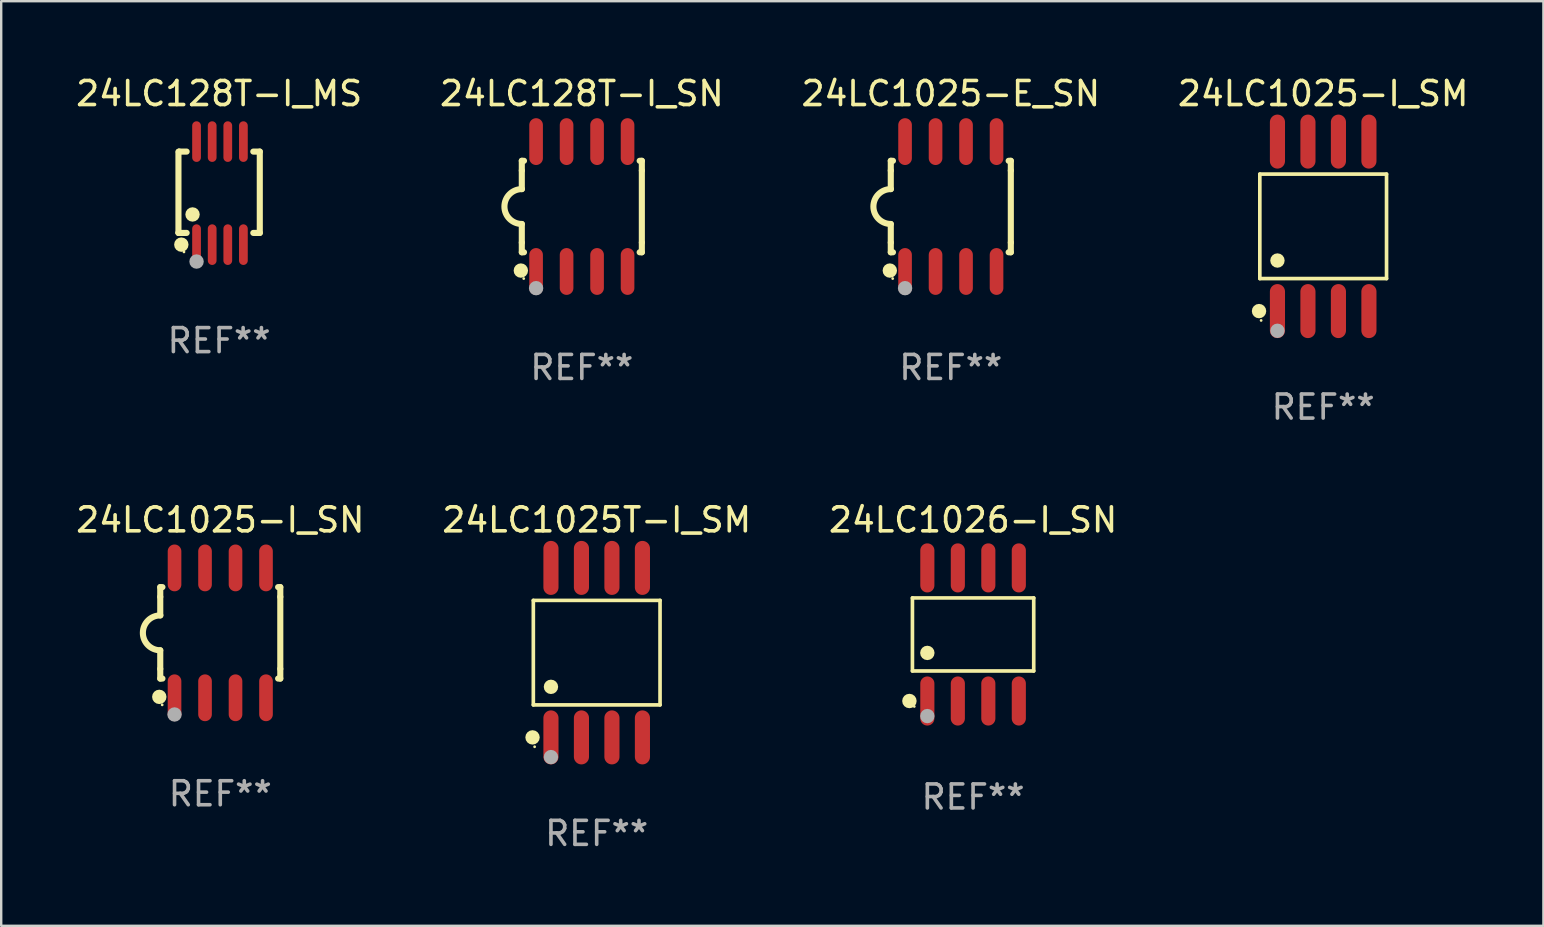
<source format=kicad_pcb>
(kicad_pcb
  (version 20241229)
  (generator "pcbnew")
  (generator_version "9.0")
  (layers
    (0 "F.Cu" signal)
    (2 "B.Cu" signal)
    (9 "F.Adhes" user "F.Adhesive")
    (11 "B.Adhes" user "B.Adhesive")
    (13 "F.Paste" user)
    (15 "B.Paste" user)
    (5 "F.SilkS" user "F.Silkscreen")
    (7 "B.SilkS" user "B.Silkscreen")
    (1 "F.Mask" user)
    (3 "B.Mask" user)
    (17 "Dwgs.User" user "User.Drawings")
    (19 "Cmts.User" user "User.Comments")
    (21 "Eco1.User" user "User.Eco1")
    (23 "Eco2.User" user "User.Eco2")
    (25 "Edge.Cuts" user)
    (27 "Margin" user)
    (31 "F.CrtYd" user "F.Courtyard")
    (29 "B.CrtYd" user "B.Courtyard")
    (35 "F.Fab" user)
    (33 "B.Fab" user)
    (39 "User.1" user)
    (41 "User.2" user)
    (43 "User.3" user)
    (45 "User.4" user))
  (footprint "24LC1025T-I_SM"
    (layer "F.Cu")
    (at 21.804 24.135)
    (property "Reference" "24LC1025T-I_SM" (at 0 -5.53 0) (layer "F.SilkS") (effects (font (size 1 1) (thickness 0.15))))
    (attr through_hole)
    (fp_line (start -2.639 -2.176) (end 2.639 -2.176) (stroke (width 0.152) (type solid)) (layer "F.SilkS"))
    (fp_line (start -2.639 2.176) (end -2.639 -2.176) (stroke (width 0.152) (type solid)) (layer "F.SilkS"))
    (fp_line (start 2.639 -2.176) (end 2.639 2.176) (stroke (width 0.152) (type solid)) (layer "F.SilkS"))
    (fp_line (start 2.639 2.176) (end -2.639 2.176) (stroke (width 0.152) (type solid)) (layer "F.SilkS"))
    (fp_circle (center -2.672 3.53) (end -2.522 3.53) (stroke (width 0.3) (type solid)) (fill no) (layer "F.SilkS"))
    (fp_circle (center -2.585 3.92) (end -2.555 3.92) (stroke (width 0.06) (type solid)) (fill no) (layer "F.SilkS"))
    (fp_circle (center -1.905 1.424) (end -1.755 1.424) (stroke (width 0.3) (type solid)) (fill no) (layer "F.SilkS"))
    (fp_circle (center -1.905 4.35) (end -1.755 4.35) (stroke (width 0.3) (type solid)) (fill no) (layer "F.Fab"))
    (fp_text user "REF**" (at 0 7.53 0) (layer "F.Fab") (effects (font (size 1 1) (thickness 0.15))))
    (pad "1" smd oval (at -1.905 3.53) (size 0.63 2.25) (layers "F.Cu" "F.Mask" "F.Paste"))
    (pad "2" smd oval (at -0.635 3.53) (size 0.63 2.25) (layers "F.Cu" "F.Mask" "F.Paste"))
    (pad "3" smd oval (at 0.635 3.53) (size 0.63 2.25) (layers "F.Cu" "F.Mask" "F.Paste"))
    (pad "4" smd oval (at 1.905 3.53) (size 0.63 2.25) (layers "F.Cu" "F.Mask" "F.Paste"))
    (pad "5" smd oval (at 1.905 -3.53) (size 0.63 2.25) (layers "F.Cu" "F.Mask" "F.Paste"))
    (pad "6" smd oval (at 0.635 -3.53) (size 0.63 2.25) (layers "F.Cu" "F.Mask" "F.Paste"))
    (pad "7" smd oval (at -0.635 -3.53) (size 0.63 2.25) (layers "F.Cu" "F.Mask" "F.Paste"))
    (pad "8" smd oval (at -1.905 -3.53) (size 0.63 2.25) (layers "F.Cu" "F.Mask" "F.Paste")))
  (footprint "24LC1026-I_SN"
    (layer "F.Cu")
    (at 37.482 23.377)
    (property "Reference" "24LC1026-I_SN" (at 0 -4.772 0) (layer "F.SilkS") (effects (font (size 1 1) (thickness 0.15))))
    (attr through_hole)
    (fp_line (start -2.526 -1.521) (end 2.526 -1.521) (stroke (width 0.152) (type solid)) (layer "F.SilkS"))
    (fp_line (start -2.526 1.521) (end -2.526 -1.521) (stroke (width 0.152) (type solid)) (layer "F.SilkS"))
    (fp_line (start 2.526 -1.521) (end 2.526 1.521) (stroke (width 0.152) (type solid)) (layer "F.SilkS"))
    (fp_line (start 2.526 1.521) (end -2.526 1.521) (stroke (width 0.152) (type solid)) (layer "F.SilkS"))
    (fp_circle (center -2.652 2.772) (end -2.501 2.772) (stroke (width 0.3) (type solid)) (fill no) (layer "F.SilkS"))
    (fp_circle (center -2.45 3) (end -2.42 3) (stroke (width 0.06) (type solid)) (fill no) (layer "F.SilkS"))
    (fp_circle (center -1.905 0.769) (end -1.755 0.769) (stroke (width 0.3) (type solid)) (fill no) (layer "F.SilkS"))
    (fp_circle (center -1.905 3.4) (end -1.755 3.4) (stroke (width 0.3) (type solid)) (fill no) (layer "F.Fab"))
    (fp_text user "REF**" (at 0 6.772 0) (layer "F.Fab") (effects (font (size 1 1) (thickness 0.15))))
    (pad "1" smd oval (at -1.905 2.772) (size 0.588 2.045) (layers "F.Cu" "F.Mask" "F.Paste"))
    (pad "2" smd oval (at -0.635 2.772) (size 0.588 2.045) (layers "F.Cu" "F.Mask" "F.Paste"))
    (pad "3" smd oval (at 0.635 2.772) (size 0.588 2.045) (layers "F.Cu" "F.Mask" "F.Paste"))
    (pad "4" smd oval (at 1.905 2.772) (size 0.588 2.045) (layers "F.Cu" "F.Mask" "F.Paste"))
    (pad "5" smd oval (at 1.905 -2.772) (size 0.588 2.045) (layers "F.Cu" "F.Mask" "F.Paste"))
    (pad "6" smd oval (at 0.635 -2.772) (size 0.588 2.045) (layers "F.Cu" "F.Mask" "F.Paste"))
    (pad "7" smd oval (at -0.635 -2.772) (size 0.588 2.045) (layers "F.Cu" "F.Mask" "F.Paste"))
    (pad "8" smd oval (at -1.905 -2.772) (size 0.588 2.045) (layers "F.Cu" "F.Mask" "F.Paste")))
  (footprint "24LC1025-I_SM"
    (layer "F.Cu")
    (at 52.065 6.378)
    (property "Reference" "24LC1025-I_SM" (at 0 -5.53 0) (layer "F.SilkS") (effects (font (size 1 1) (thickness 0.15))))
    (attr through_hole)
    (fp_line (start -2.639 -2.176) (end 2.639 -2.176) (stroke (width 0.152) (type solid)) (layer "F.SilkS"))
    (fp_line (start -2.639 2.176) (end -2.639 -2.176) (stroke (width 0.152) (type solid)) (layer "F.SilkS"))
    (fp_line (start 2.639 -2.176) (end 2.639 2.176) (stroke (width 0.152) (type solid)) (layer "F.SilkS"))
    (fp_line (start 2.639 2.176) (end -2.639 2.176) (stroke (width 0.152) (type solid)) (layer "F.SilkS"))
    (fp_circle (center -2.672 3.53) (end -2.522 3.53) (stroke (width 0.3) (type solid)) (fill no) (layer "F.SilkS"))
    (fp_circle (center -2.585 3.92) (end -2.555 3.92) (stroke (width 0.06) (type solid)) (fill no) (layer "F.SilkS"))
    (fp_circle (center -1.905 1.424) (end -1.755 1.424) (stroke (width 0.3) (type solid)) (fill no) (layer "F.SilkS"))
    (fp_circle (center -1.905 4.35) (end -1.755 4.35) (stroke (width 0.3) (type solid)) (fill no) (layer "F.Fab"))
    (fp_text user "REF**" (at 0 7.53 0) (layer "F.Fab") (effects (font (size 1 1) (thickness 0.15))))
    (pad "1" smd oval (at -1.905 3.53) (size 0.63 2.25) (layers "F.Cu" "F.Mask" "F.Paste"))
    (pad "2" smd oval (at -0.635 3.53) (size 0.63 2.25) (layers "F.Cu" "F.Mask" "F.Paste"))
    (pad "3" smd oval (at 0.635 3.53) (size 0.63 2.25) (layers "F.Cu" "F.Mask" "F.Paste"))
    (pad "4" smd oval (at 1.905 3.53) (size 0.63 2.25) (layers "F.Cu" "F.Mask" "F.Paste"))
    (pad "5" smd oval (at 1.905 -3.53) (size 0.63 2.25) (layers "F.Cu" "F.Mask" "F.Paste"))
    (pad "6" smd oval (at 0.635 -3.53) (size 0.63 2.25) (layers "F.Cu" "F.Mask" "F.Paste"))
    (pad "7" smd oval (at -0.635 -3.53) (size 0.63 2.25) (layers "F.Cu" "F.Mask" "F.Paste"))
    (pad "8" smd oval (at -1.905 -3.53) (size 0.63 2.25) (layers "F.Cu" "F.Mask" "F.Paste")))
  (footprint "24LC128T-I_SN"
    (layer "F.Cu")
    (at 21.185 5.553)
    (property "Reference" "24LC128T-I_SN" (at 0 -4.705 0) (layer "F.SilkS") (effects (font (size 1 1) (thickness 0.15))))
    (attr through_hole)
    (fp_line (start -2.5 -1.905) (end -2.409 -1.905) (stroke (width 0.254) (type solid)) (layer "F.SilkS"))
    (fp_line (start -2.5 -1.5) (end -2.5 -1.905) (stroke (width 0.254) (type solid)) (layer "F.SilkS"))
    (fp_line (start -2.5 -1.5) (end -2.5 -0.726) (stroke (width 0.254) (type solid)) (layer "F.SilkS"))
    (fp_line (start -2.5 1.5) (end -2.5 0.727) (stroke (width 0.254) (type solid)) (layer "F.SilkS"))
    (fp_line (start -2.5 1.5) (end -2.5 1.905) (stroke (width 0.254) (type solid)) (layer "F.SilkS"))
    (fp_line (start -2.5 1.905) (end -2.409 1.905) (stroke (width 0.254) (type solid)) (layer "F.SilkS"))
    (fp_line (start 2.5 -1.905) (end 2.409 -1.905) (stroke (width 0.254) (type solid)) (layer "F.SilkS"))
    (fp_line (start 2.5 -1.5) (end 2.5 -1.905) (stroke (width 0.254) (type solid)) (layer "F.SilkS"))
    (fp_line (start 2.5 -1.5) (end 2.5 1.5) (stroke (width 0.254) (type solid)) (layer "F.SilkS"))
    (fp_line (start 2.5 1.5) (end 2.5 1.905) (stroke (width 0.254) (type solid)) (layer "F.SilkS"))
    (fp_line (start 2.5 1.905) (end 2.409 1.905) (stroke (width 0.254) (type solid)) (layer "F.SilkS"))
    (fp_arc (start -2.5 0.726568) (mid -3.220316 -0.0023) (end -2.495097 -0.726289) (stroke (width 0.254001) (type solid)) (layer "F.SilkS"))
    (fp_circle (center -2.54 2.667) (end -2.39 2.667) (stroke (width 0.3) (type solid)) (fill no) (layer "F.SilkS"))
    (fp_circle (center -2.42 3) (end -2.39 3) (stroke (width 0.06) (type solid)) (fill no) (layer "F.SilkS"))
    (fp_circle (center -1.905 3.4) (end -1.755 3.4) (stroke (width 0.3) (type solid)) (fill no) (layer "F.Fab"))
    (fp_text user "REF**" (at 0 6.705 0) (layer "F.Fab") (effects (font (size 1 1) (thickness 0.15))))
    (pad "1" smd oval (at -1.905 2.705) (size 0.568 1.95) (layers "F.Cu" "F.Mask" "F.Paste"))
    (pad "2" smd oval (at -0.635 2.705) (size 0.568 1.95) (layers "F.Cu" "F.Mask" "F.Paste"))
    (pad "3" smd oval (at 0.635 2.705) (size 0.568 1.95) (layers "F.Cu" "F.Mask" "F.Paste"))
    (pad "4" smd oval (at 1.905 2.705) (size 0.568 1.95) (layers "F.Cu" "F.Mask" "F.Paste"))
    (pad "5" smd oval (at 1.905 -2.705) (size 0.568 1.95) (layers "F.Cu" "F.Mask" "F.Paste"))
    (pad "6" smd oval (at 0.635 -2.705) (size 0.568 1.95) (layers "F.Cu" "F.Mask" "F.Paste"))
    (pad "7" smd oval (at -0.635 -2.705) (size 0.568 1.95) (layers "F.Cu" "F.Mask" "F.Paste"))
    (pad "8" smd oval (at -1.905 -2.705) (size 0.568 1.95) (layers "F.Cu" "F.Mask" "F.Paste")))
  (footprint "24LC1025-E_SN"
    (layer "F.Cu")
    (at 36.554 5.553)
    (property "Reference" "24LC1025-E_SN" (at 0 -4.705 0) (layer "F.SilkS") (effects (font (size 1 1) (thickness 0.15))))
    (attr through_hole)
    (fp_line (start -2.5 -1.905) (end -2.409 -1.905) (stroke (width 0.254) (type solid)) (layer "F.SilkS"))
    (fp_line (start -2.5 -1.5) (end -2.5 -1.905) (stroke (width 0.254) (type solid)) (layer "F.SilkS"))
    (fp_line (start -2.5 -1.5) (end -2.5 -0.726) (stroke (width 0.254) (type solid)) (layer "F.SilkS"))
    (fp_line (start -2.5 1.5) (end -2.5 0.727) (stroke (width 0.254) (type solid)) (layer "F.SilkS"))
    (fp_line (start -2.5 1.5) (end -2.5 1.905) (stroke (width 0.254) (type solid)) (layer "F.SilkS"))
    (fp_line (start -2.5 1.905) (end -2.409 1.905) (stroke (width 0.254) (type solid)) (layer "F.SilkS"))
    (fp_line (start 2.5 -1.905) (end 2.409 -1.905) (stroke (width 0.254) (type solid)) (layer "F.SilkS"))
    (fp_line (start 2.5 -1.5) (end 2.5 -1.905) (stroke (width 0.254) (type solid)) (layer "F.SilkS"))
    (fp_line (start 2.5 -1.5) (end 2.5 1.5) (stroke (width 0.254) (type solid)) (layer "F.SilkS"))
    (fp_line (start 2.5 1.5) (end 2.5 1.905) (stroke (width 0.254) (type solid)) (layer "F.SilkS"))
    (fp_line (start 2.5 1.905) (end 2.409 1.905) (stroke (width 0.254) (type solid)) (layer "F.SilkS"))
    (fp_arc (start -2.5 0.726568) (mid -3.220316 -0.0023) (end -2.495097 -0.726289) (stroke (width 0.254001) (type solid)) (layer "F.SilkS"))
    (fp_circle (center -2.54 2.667) (end -2.39 2.667) (stroke (width 0.3) (type solid)) (fill no) (layer "F.SilkS"))
    (fp_circle (center -2.42 3) (end -2.39 3) (stroke (width 0.06) (type solid)) (fill no) (layer "F.SilkS"))
    (fp_circle (center -1.905 3.4) (end -1.755 3.4) (stroke (width 0.3) (type solid)) (fill no) (layer "F.Fab"))
    (fp_text user "REF**" (at 0 6.705 0) (layer "F.Fab") (effects (font (size 1 1) (thickness 0.15))))
    (pad "1" smd oval (at -1.905 2.705) (size 0.568 1.95) (layers "F.Cu" "F.Mask" "F.Paste"))
    (pad "2" smd oval (at -0.635 2.705) (size 0.568 1.95) (layers "F.Cu" "F.Mask" "F.Paste"))
    (pad "3" smd oval (at 0.635 2.705) (size 0.568 1.95) (layers "F.Cu" "F.Mask" "F.Paste"))
    (pad "4" smd oval (at 1.905 2.705) (size 0.568 1.95) (layers "F.Cu" "F.Mask" "F.Paste"))
    (pad "5" smd oval (at 1.905 -2.705) (size 0.568 1.95) (layers "F.Cu" "F.Mask" "F.Paste"))
    (pad "6" smd oval (at 0.635 -2.705) (size 0.568 1.95) (layers "F.Cu" "F.Mask" "F.Paste"))
    (pad "7" smd oval (at -0.635 -2.705) (size 0.568 1.95) (layers "F.Cu" "F.Mask" "F.Paste"))
    (pad "8" smd oval (at -1.905 -2.705) (size 0.568 1.95) (layers "F.Cu" "F.Mask" "F.Paste")))
  (footprint "24LC128T-I_MS"
    (layer "F.Cu")
    (at 6.077 4.994)
    (property "Reference" "24LC128T-I_MS" (at 0 -4.146 0) (layer "F.SilkS") (effects (font (size 1 1) (thickness 0.15))))
    (attr through_hole)
    (fp_line (start -1.694 -1.724) (end -1.694 1.652) (stroke (width 0.254) (type solid)) (layer "F.SilkS"))
    (fp_line (start -1.694 1.652) (end -1.688 1.658) (stroke (width 0.254) (type solid)) (layer "F.SilkS"))
    (fp_line (start -1.688 1.658) (end -1.353 1.658) (stroke (width 0.254) (type solid)) (layer "F.SilkS"))
    (fp_line (start -1.661 -1.73) (end -1.681 -1.71) (stroke (width 0.254) (type solid)) (layer "F.SilkS"))
    (fp_line (start -1.353 -1.73) (end -1.661 -1.73) (stroke (width 0.254) (type solid)) (layer "F.SilkS"))
    (fp_line (start 1.424 1.658) (end 1.694 1.658) (stroke (width 0.254) (type solid)) (layer "F.SilkS"))
    (fp_line (start 1.694 -1.73) (end 1.424 -1.73) (stroke (width 0.254) (type solid)) (layer "F.SilkS"))
    (fp_line (start 1.694 1.658) (end 1.694 -1.73) (stroke (width 0.254) (type solid)) (layer "F.SilkS"))
    (fp_circle (center -1.574 2.146) (end -1.424 2.146) (stroke (width 0.3) (type solid)) (fill no) (layer "F.SilkS"))
    (fp_circle (center -1.464 2.45) (end -1.434 2.45) (stroke (width 0.06) (type solid)) (fill no) (layer "F.SilkS"))
    (fp_circle (center -1.107 0.889) (end -0.957 0.889) (stroke (width 0.3) (type solid)) (fill no) (layer "F.SilkS"))
    (fp_circle (center -0.94 2.85) (end -0.789 2.85) (stroke (width 0.3) (type solid)) (fill no) (layer "F.Fab"))
    (fp_text user "REF**" (at 0 6.146 0) (layer "F.Fab") (effects (font (size 1 1) (thickness 0.15))))
    (pad "1" smd oval (at -0.94 2.146) (size 0.364 1.692) (layers "F.Cu" "F.Mask" "F.Paste"))
    (pad "2" smd oval (at -0.289 2.146) (size 0.364 1.692) (layers "F.Cu" "F.Mask" "F.Paste"))
    (pad "3" smd oval (at 0.361 2.146) (size 0.364 1.692) (layers "F.Cu" "F.Mask" "F.Paste"))
    (pad "4" smd oval (at 1.011 2.146) (size 0.364 1.692) (layers "F.Cu" "F.Mask" "F.Paste"))
    (pad "5" smd oval (at 1.011 -2.146) (size 0.364 1.692) (layers "F.Cu" "F.Mask" "F.Paste"))
    (pad "6" smd oval (at 0.361 -2.146) (size 0.364 1.692) (layers "F.Cu" "F.Mask" "F.Paste"))
    (pad "7" smd oval (at -0.289 -2.146) (size 0.364 1.692) (layers "F.Cu" "F.Mask" "F.Paste"))
    (pad "8" smd oval (at -0.94 -2.146) (size 0.364 1.692) (layers "F.Cu" "F.Mask" "F.Paste")))
  (footprint "24LC1025-I_SN"
    (layer "F.Cu")
    (at 6.125 23.31)
    (property "Reference" "24LC1025-I_SN" (at 0 -4.705 0) (layer "F.SilkS") (effects (font (size 1 1) (thickness 0.15))))
    (attr through_hole)
    (fp_line (start -2.5 -1.905) (end -2.409 -1.905) (stroke (width 0.254) (type solid)) (layer "F.SilkS"))
    (fp_line (start -2.5 -1.5) (end -2.5 -1.905) (stroke (width 0.254) (type solid)) (layer "F.SilkS"))
    (fp_line (start -2.5 -1.5) (end -2.5 -0.726) (stroke (width 0.254) (type solid)) (layer "F.SilkS"))
    (fp_line (start -2.5 1.5) (end -2.5 0.727) (stroke (width 0.254) (type solid)) (layer "F.SilkS"))
    (fp_line (start -2.5 1.5) (end -2.5 1.905) (stroke (width 0.254) (type solid)) (layer "F.SilkS"))
    (fp_line (start -2.5 1.905) (end -2.409 1.905) (stroke (width 0.254) (type solid)) (layer "F.SilkS"))
    (fp_line (start 2.5 -1.905) (end 2.409 -1.905) (stroke (width 0.254) (type solid)) (layer "F.SilkS"))
    (fp_line (start 2.5 -1.5) (end 2.5 -1.905) (stroke (width 0.254) (type solid)) (layer "F.SilkS"))
    (fp_line (start 2.5 -1.5) (end 2.5 1.5) (stroke (width 0.254) (type solid)) (layer "F.SilkS"))
    (fp_line (start 2.5 1.5) (end 2.5 1.905) (stroke (width 0.254) (type solid)) (layer "F.SilkS"))
    (fp_line (start 2.5 1.905) (end 2.409 1.905) (stroke (width 0.254) (type solid)) (layer "F.SilkS"))
    (fp_arc (start -2.5 0.726568) (mid -3.220316 -0.0023) (end -2.495097 -0.726289) (stroke (width 0.254001) (type solid)) (layer "F.SilkS"))
    (fp_circle (center -2.54 2.667) (end -2.39 2.667) (stroke (width 0.3) (type solid)) (fill no) (layer "F.SilkS"))
    (fp_circle (center -2.42 3) (end -2.39 3) (stroke (width 0.06) (type solid)) (fill no) (layer "F.SilkS"))
    (fp_circle (center -1.905 3.4) (end -1.755 3.4) (stroke (width 0.3) (type solid)) (fill no) (layer "F.Fab"))
    (fp_text user "REF**" (at 0 6.705 0) (layer "F.Fab") (effects (font (size 1 1) (thickness 0.15))))
    (pad "1" smd oval (at -1.905 2.705) (size 0.568 1.95) (layers "F.Cu" "F.Mask" "F.Paste"))
    (pad "2" smd oval (at -0.635 2.705) (size 0.568 1.95) (layers "F.Cu" "F.Mask" "F.Paste"))
    (pad "3" smd oval (at 0.635 2.705) (size 0.568 1.95) (layers "F.Cu" "F.Mask" "F.Paste"))
    (pad "4" smd oval (at 1.905 2.705) (size 0.568 1.95) (layers "F.Cu" "F.Mask" "F.Paste"))
    (pad "5" smd oval (at 1.905 -2.705) (size 0.568 1.95) (layers "F.Cu" "F.Mask" "F.Paste"))
    (pad "6" smd oval (at 0.635 -2.705) (size 0.568 1.95) (layers "F.Cu" "F.Mask" "F.Paste"))
    (pad "7" smd oval (at -0.635 -2.705) (size 0.568 1.95) (layers "F.Cu" "F.Mask" "F.Paste"))
    (pad "8" smd oval (at -1.905 -2.705) (size 0.568 1.95) (layers "F.Cu" "F.Mask" "F.Paste")))
  (gr_rect
    (start -3 -3)
    (end 61.238 35.513)
    (stroke (width 0.1) (type default))
    (fill no)
    (layer "Edge.Cuts")))
</source>
